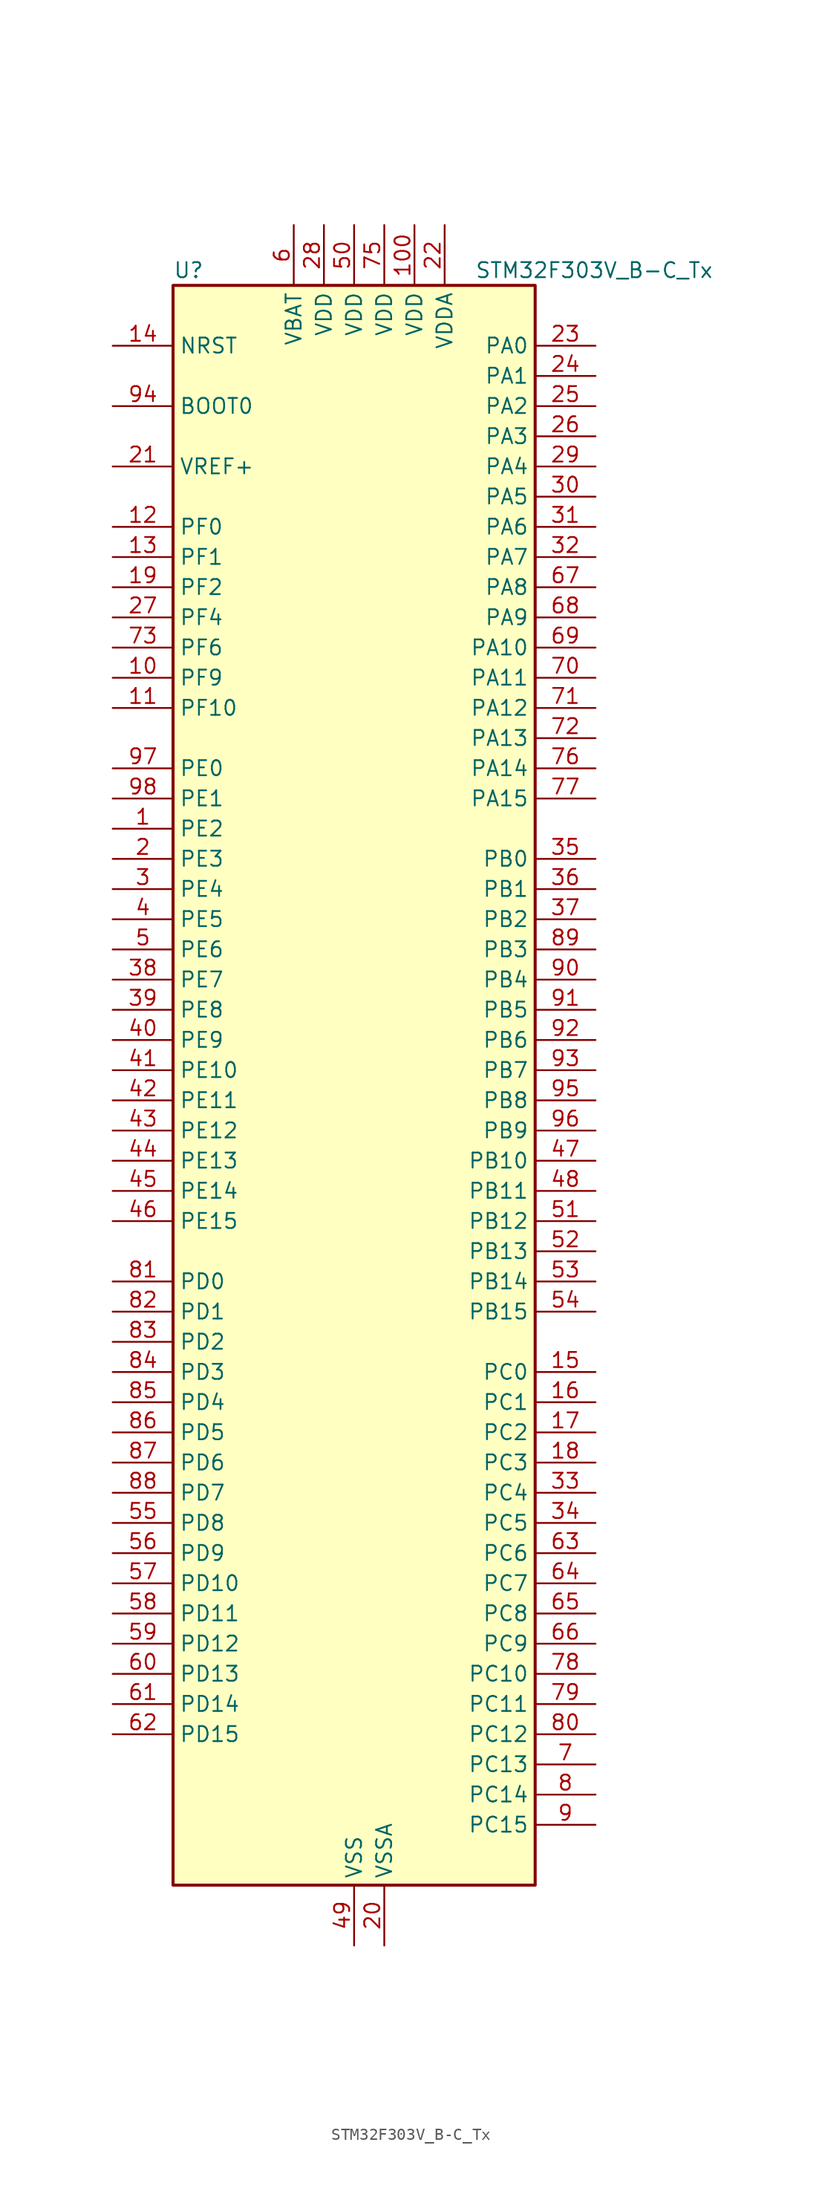
<source format=kicad_sym>
(kicad_symbol_lib
  (version 20241209)
  (generator "kicad_symbol_editor")
  (generator_version "9.0")
  (symbol "STM32F303V_B-C_Tx"
    (property "Reference" "U"
      (at -15.24 69.85 0)
      (effects (font (size 1.27 1.27)) (justify left)))
    (property "Value" "STM32F303V_B-C_Tx"
      (at 10.16 69.85 0)
      (effects (font (size 1.27 1.27)) (justify left)))
    (symbol "STM32F303V_B-C_Tx_0_1"
      (rectangle (start -15.24 -66.04) (end 15.24 68.58) (stroke (width 0.254) (type default)) (fill (type background))))
    (symbol "STM32F303V_B-C_Tx_1_1"
      (pin input line (at -20.32 63.5 0) (length 5.08) (name "NRST" (effects (font (size 1.27 1.27)))) (number "14" (effects (font (size 1.27 1.27)))))
      (pin input line (at -20.32 58.42 0) (length 5.08) (name "BOOT0" (effects (font (size 1.27 1.27)))) (number "94" (effects (font (size 1.27 1.27)))))
      (pin input line (at -20.32 53.34 0) (length 5.08) (name "VREF+" (effects (font (size 1.27 1.27)))) (number "21" (effects (font (size 1.27 1.27)))))
      (pin bidirectional line (at -20.32 48.26 0) (length 5.08) (name "PF0" (effects (font (size 1.27 1.27)))) (number "12" (effects (font (size 1.27 1.27)))) (alternate "I2C2_SDA" bidirectional line) (alternate "RCC_OSC_IN" bidirectional line) (alternate "TIM1_CH3N" bidirectional line))
      (pin bidirectional line (at -20.32 45.72 0) (length 5.08) (name "PF1" (effects (font (size 1.27 1.27)))) (number "13" (effects (font (size 1.27 1.27)))) (alternate "I2C2_SCL" bidirectional line) (alternate "RCC_OSC_OUT" bidirectional line))
      (pin bidirectional line (at -20.32 43.18 0) (length 5.08) (name "PF2" (effects (font (size 1.27 1.27)))) (number "19" (effects (font (size 1.27 1.27)))) (alternate "ADC1_IN10" bidirectional line) (alternate "ADC2_IN10" bidirectional line) (alternate "ADC3_EXTI2" bidirectional line) (alternate "ADC4_EXTI2" bidirectional line))
      (pin bidirectional line (at -20.32 40.64 0) (length 5.08) (name "PF4" (effects (font (size 1.27 1.27)))) (number "27" (effects (font (size 1.27 1.27)))) (alternate "ADC1_IN5" bidirectional line) (alternate "COMP1_OUT" bidirectional line))
      (pin bidirectional line (at -20.32 38.1 0) (length 5.08) (name "PF6" (effects (font (size 1.27 1.27)))) (number "73" (effects (font (size 1.27 1.27)))) (alternate "I2C2_SCL" bidirectional line) (alternate "TIM4_CH4" bidirectional line) (alternate "USART3_DE" bidirectional line) (alternate "USART3_RTS" bidirectional line))
      (pin bidirectional line (at -20.32 35.56 0) (length 5.08) (name "PF9" (effects (font (size 1.27 1.27)))) (number "10" (effects (font (size 1.27 1.27)))) (alternate "DAC_EXTI9" bidirectional line) (alternate "SPI2_SCK" bidirectional line) (alternate "TIM15_CH1" bidirectional line))
      (pin bidirectional line (at -20.32 33.02 0) (length 5.08) (name "PF10" (effects (font (size 1.27 1.27)))) (number "11" (effects (font (size 1.27 1.27)))) (alternate "SPI2_SCK" bidirectional line) (alternate "TIM15_CH2" bidirectional line))
      (pin bidirectional line (at -20.32 27.94 0) (length 5.08) (name "PE0" (effects (font (size 1.27 1.27)))) (number "97" (effects (font (size 1.27 1.27)))) (alternate "TIM16_CH1" bidirectional line) (alternate "TIM4_ETR" bidirectional line) (alternate "USART1_TX" bidirectional line))
      (pin bidirectional line (at -20.32 25.4 0) (length 5.08) (name "PE1" (effects (font (size 1.27 1.27)))) (number "98" (effects (font (size 1.27 1.27)))) (alternate "TIM17_CH1" bidirectional line) (alternate "USART1_RX" bidirectional line))
      (pin bidirectional line (at -20.32 22.86 0) (length 5.08) (name "PE2" (effects (font (size 1.27 1.27)))) (number "1" (effects (font (size 1.27 1.27)))) (alternate "ADC3_EXTI2" bidirectional line) (alternate "ADC4_EXTI2" bidirectional line) (alternate "SYS_TRACECK" bidirectional line) (alternate "TIM3_CH1" bidirectional line) (alternate "TSC_G7_IO1" bidirectional line))
      (pin bidirectional line (at -20.32 20.32 0) (length 5.08) (name "PE3" (effects (font (size 1.27 1.27)))) (number "2" (effects (font (size 1.27 1.27)))) (alternate "SYS_TRACED0" bidirectional line) (alternate "TIM3_CH2" bidirectional line) (alternate "TSC_G7_IO2" bidirectional line))
      (pin bidirectional line (at -20.32 17.78 0) (length 5.08) (name "PE4" (effects (font (size 1.27 1.27)))) (number "3" (effects (font (size 1.27 1.27)))) (alternate "SYS_TRACED1" bidirectional line) (alternate "TIM3_CH3" bidirectional line) (alternate "TSC_G7_IO3" bidirectional line))
      (pin bidirectional line (at -20.32 15.24 0) (length 5.08) (name "PE5" (effects (font (size 1.27 1.27)))) (number "4" (effects (font (size 1.27 1.27)))) (alternate "SYS_TRACED2" bidirectional line) (alternate "TIM3_CH4" bidirectional line) (alternate "TSC_G7_IO4" bidirectional line))
      (pin bidirectional line (at -20.32 12.7 0) (length 5.08) (name "PE6" (effects (font (size 1.27 1.27)))) (number "5" (effects (font (size 1.27 1.27)))) (alternate "RTC_TAMP3" bidirectional line) (alternate "SYS_TRACED3" bidirectional line) (alternate "SYS_WKUP3" bidirectional line))
      (pin bidirectional line (at -20.32 10.16 0) (length 5.08) (name "PE7" (effects (font (size 1.27 1.27)))) (number "38" (effects (font (size 1.27 1.27)))) (alternate "ADC3_IN13" bidirectional line) (alternate "COMP4_INP" bidirectional line) (alternate "TIM1_ETR" bidirectional line))
      (pin bidirectional line (at -20.32 7.62 0) (length 5.08) (name "PE8" (effects (font (size 1.27 1.27)))) (number "39" (effects (font (size 1.27 1.27)))) (alternate "ADC3_IN6" bidirectional line) (alternate "ADC4_IN6" bidirectional line) (alternate "COMP4_INM" bidirectional line) (alternate "TIM1_CH1N" bidirectional line))
      (pin bidirectional line (at -20.32 5.08 0) (length 5.08) (name "PE9" (effects (font (size 1.27 1.27)))) (number "40" (effects (font (size 1.27 1.27)))) (alternate "ADC3_IN2" bidirectional line) (alternate "DAC_EXTI9" bidirectional line) (alternate "TIM1_CH1" bidirectional line))
      (pin bidirectional line (at -20.32 2.54 0) (length 5.08) (name "PE10" (effects (font (size 1.27 1.27)))) (number "41" (effects (font (size 1.27 1.27)))) (alternate "ADC3_IN14" bidirectional line) (alternate "TIM1_CH2N" bidirectional line))
      (pin bidirectional line (at -20.32 0 0) (length 5.08) (name "PE11" (effects (font (size 1.27 1.27)))) (number "42" (effects (font (size 1.27 1.27)))) (alternate "ADC1_EXTI11" bidirectional line) (alternate "ADC2_EXTI11" bidirectional line) (alternate "ADC3_IN15" bidirectional line) (alternate "TIM1_CH2" bidirectional line))
      (pin bidirectional line (at -20.32 -2.54 0) (length 5.08) (name "PE12" (effects (font (size 1.27 1.27)))) (number "43" (effects (font (size 1.27 1.27)))) (alternate "ADC3_IN16" bidirectional line) (alternate "TIM1_CH3N" bidirectional line))
      (pin bidirectional line (at -20.32 -5.08 0) (length 5.08) (name "PE13" (effects (font (size 1.27 1.27)))) (number "44" (effects (font (size 1.27 1.27)))) (alternate "ADC3_IN3" bidirectional line) (alternate "TIM1_CH3" bidirectional line))
      (pin bidirectional line (at -20.32 -7.62 0) (length 5.08) (name "PE14" (effects (font (size 1.27 1.27)))) (number "45" (effects (font (size 1.27 1.27)))) (alternate "ADC4_IN1" bidirectional line) (alternate "TIM1_BKIN2" bidirectional line) (alternate "TIM1_CH4" bidirectional line))
      (pin bidirectional line (at -20.32 -10.16 0) (length 5.08) (name "PE15" (effects (font (size 1.27 1.27)))) (number "46" (effects (font (size 1.27 1.27)))) (alternate "ADC1_EXTI15" bidirectional line) (alternate "ADC2_EXTI15" bidirectional line) (alternate "ADC4_IN2" bidirectional line) (alternate "TIM1_BKIN" bidirectional line) (alternate "USART3_RX" bidirectional line))
      (pin bidirectional line (at -20.32 -15.24 0) (length 5.08) (name "PD0" (effects (font (size 1.27 1.27)))) (number "81" (effects (font (size 1.27 1.27)))) (alternate "CAN_RX" bidirectional line))
      (pin bidirectional line (at -20.32 -17.78 0) (length 5.08) (name "PD1" (effects (font (size 1.27 1.27)))) (number "82" (effects (font (size 1.27 1.27)))) (alternate "CAN_TX" bidirectional line) (alternate "TIM8_BKIN2" bidirectional line) (alternate "TIM8_CH4" bidirectional line))
      (pin bidirectional line (at -20.32 -20.32 0) (length 5.08) (name "PD2" (effects (font (size 1.27 1.27)))) (number "83" (effects (font (size 1.27 1.27)))) (alternate "ADC3_EXTI2" bidirectional line) (alternate "ADC4_EXTI2" bidirectional line) (alternate "TIM3_ETR" bidirectional line) (alternate "TIM8_BKIN" bidirectional line) (alternate "UART5_RX" bidirectional line))
      (pin bidirectional line (at -20.32 -22.86 0) (length 5.08) (name "PD3" (effects (font (size 1.27 1.27)))) (number "84" (effects (font (size 1.27 1.27)))) (alternate "TIM2_CH1" bidirectional line) (alternate "TIM2_ETR" bidirectional line) (alternate "USART2_CTS" bidirectional line))
      (pin bidirectional line (at -20.32 -25.4 0) (length 5.08) (name "PD4" (effects (font (size 1.27 1.27)))) (number "85" (effects (font (size 1.27 1.27)))) (alternate "TIM2_CH2" bidirectional line) (alternate "USART2_DE" bidirectional line) (alternate "USART2_RTS" bidirectional line))
      (pin bidirectional line (at -20.32 -27.94 0) (length 5.08) (name "PD5" (effects (font (size 1.27 1.27)))) (number "86" (effects (font (size 1.27 1.27)))) (alternate "USART2_TX" bidirectional line))
      (pin bidirectional line (at -20.32 -30.48 0) (length 5.08) (name "PD6" (effects (font (size 1.27 1.27)))) (number "87" (effects (font (size 1.27 1.27)))) (alternate "TIM2_CH4" bidirectional line) (alternate "USART2_RX" bidirectional line))
      (pin bidirectional line (at -20.32 -33.02 0) (length 5.08) (name "PD7" (effects (font (size 1.27 1.27)))) (number "88" (effects (font (size 1.27 1.27)))) (alternate "TIM2_CH3" bidirectional line) (alternate "USART2_CK" bidirectional line))
      (pin bidirectional line (at -20.32 -35.56 0) (length 5.08) (name "PD8" (effects (font (size 1.27 1.27)))) (number "55" (effects (font (size 1.27 1.27)))) (alternate "ADC4_IN12" bidirectional line) (alternate "OPAMP4_VINM" bidirectional line) (alternate "OPAMP4_VINM_SEC" bidirectional line) (alternate "USART3_TX" bidirectional line))
      (pin bidirectional line (at -20.32 -38.1 0) (length 5.08) (name "PD9" (effects (font (size 1.27 1.27)))) (number "56" (effects (font (size 1.27 1.27)))) (alternate "ADC4_IN13" bidirectional line) (alternate "DAC_EXTI9" bidirectional line) (alternate "USART3_RX" bidirectional line))
      (pin bidirectional line (at -20.32 -40.64 0) (length 5.08) (name "PD10" (effects (font (size 1.27 1.27)))) (number "57" (effects (font (size 1.27 1.27)))) (alternate "ADC3_IN7" bidirectional line) (alternate "ADC4_IN7" bidirectional line) (alternate "COMP6_INM" bidirectional line) (alternate "USART3_CK" bidirectional line))
      (pin bidirectional line (at -20.32 -43.18 0) (length 5.08) (name "PD11" (effects (font (size 1.27 1.27)))) (number "58" (effects (font (size 1.27 1.27)))) (alternate "ADC1_EXTI11" bidirectional line) (alternate "ADC2_EXTI11" bidirectional line) (alternate "ADC3_IN8" bidirectional line) (alternate "ADC4_IN8" bidirectional line) (alternate "COMP6_INP" bidirectional line) (alternate "OPAMP4_VINP" bidirectional line) (alternate "OPAMP4_VINP_SEC" bidirectional line) (alternate "USART3_CTS" bidirectional line))
      (pin bidirectional line (at -20.32 -45.72 0) (length 5.08) (name "PD12" (effects (font (size 1.27 1.27)))) (number "59" (effects (font (size 1.27 1.27)))) (alternate "ADC3_IN9" bidirectional line) (alternate "ADC4_IN9" bidirectional line) (alternate "COMP5_INP" bidirectional line) (alternate "TIM4_CH1" bidirectional line) (alternate "TSC_G8_IO1" bidirectional line) (alternate "USART3_DE" bidirectional line) (alternate "USART3_RTS" bidirectional line))
      (pin bidirectional line (at -20.32 -48.26 0) (length 5.08) (name "PD13" (effects (font (size 1.27 1.27)))) (number "60" (effects (font (size 1.27 1.27)))) (alternate "ADC3_IN10" bidirectional line) (alternate "ADC4_IN10" bidirectional line) (alternate "COMP5_INM" bidirectional line) (alternate "TIM4_CH2" bidirectional line) (alternate "TSC_G8_IO2" bidirectional line))
      (pin bidirectional line (at -20.32 -50.8 0) (length 5.08) (name "PD14" (effects (font (size 1.27 1.27)))) (number "61" (effects (font (size 1.27 1.27)))) (alternate "ADC3_IN11" bidirectional line) (alternate "ADC4_IN11" bidirectional line) (alternate "COMP3_INP" bidirectional line) (alternate "OPAMP2_VINP" bidirectional line) (alternate "OPAMP2_VINP_SEC" bidirectional line) (alternate "TIM4_CH3" bidirectional line) (alternate "TSC_G8_IO3" bidirectional line))
      (pin bidirectional line (at -20.32 -53.34 0) (length 5.08) (name "PD15" (effects (font (size 1.27 1.27)))) (number "62" (effects (font (size 1.27 1.27)))) (alternate "ADC1_EXTI15" bidirectional line) (alternate "ADC2_EXTI15" bidirectional line) (alternate "COMP3_INM" bidirectional line) (alternate "SPI2_NSS" bidirectional line) (alternate "TIM4_CH4" bidirectional line) (alternate "TSC_G8_IO4" bidirectional line))
      (pin power_in line (at -5.08 73.66 270) (length 5.08) (name "VBAT" (effects (font (size 1.27 1.27)))) (number "6" (effects (font (size 1.27 1.27)))))
      (pin power_in line (at -2.54 73.66 270) (length 5.08) (name "VDD" (effects (font (size 1.27 1.27)))) (number "28" (effects (font (size 1.27 1.27)))))
      (pin power_in line (at 0 73.66 270) (length 5.08) (name "VDD" (effects (font (size 1.27 1.27)))) (number "50" (effects (font (size 1.27 1.27)))))
      (pin power_in line (at 0 -71.12 90) (length 5.08) (name "VSS" (effects (font (size 1.27 1.27)))) (number "49" (effects (font (size 1.27 1.27)))))
      (pin passive line (at 0 -71.12 90) (length 5.08) (hide yes) (name "VSS" (effects (font (size 1.27 1.27)))) (number "74" (effects (font (size 1.27 1.27)))))
      (pin passive line (at 0 -71.12 90) (length 5.08) (hide yes) (name "VSS" (effects (font (size 1.27 1.27)))) (number "99" (effects (font (size 1.27 1.27)))))
      (pin power_in line (at 2.54 73.66 270) (length 5.08) (name "VDD" (effects (font (size 1.27 1.27)))) (number "75" (effects (font (size 1.27 1.27)))))
      (pin power_in line (at 2.54 -71.12 90) (length 5.08) (name "VSSA" (effects (font (size 1.27 1.27)))) (number "20" (effects (font (size 1.27 1.27)))))
      (pin power_in line (at 5.08 73.66 270) (length 5.08) (name "VDD" (effects (font (size 1.27 1.27)))) (number "100" (effects (font (size 1.27 1.27)))))
      (pin power_in line (at 7.62 73.66 270) (length 5.08) (name "VDDA" (effects (font (size 1.27 1.27)))) (number "22" (effects (font (size 1.27 1.27)))))
      (pin bidirectional line (at 20.32 63.5 180) (length 5.08) (name "PA0" (effects (font (size 1.27 1.27)))) (number "23" (effects (font (size 1.27 1.27)))) (alternate "ADC1_IN1" bidirectional line) (alternate "COMP1_INM" bidirectional line) (alternate "COMP1_OUT" bidirectional line) (alternate "COMP7_INP" bidirectional line) (alternate "RTC_TAMP2" bidirectional line) (alternate "SYS_WKUP1" bidirectional line) (alternate "TIM2_CH1" bidirectional line) (alternate "TIM2_ETR" bidirectional line) (alternate "TIM8_BKIN" bidirectional line) (alternate "TIM8_ETR" bidirectional line) (alternate "TSC_G1_IO1" bidirectional line) (alternate "USART2_CTS" bidirectional line))
      (pin bidirectional line (at 20.32 60.96 180) (length 5.08) (name "PA1" (effects (font (size 1.27 1.27)))) (number "24" (effects (font (size 1.27 1.27)))) (alternate "ADC1_IN2" bidirectional line) (alternate "COMP1_INP" bidirectional line) (alternate "OPAMP1_VINP" bidirectional line) (alternate "OPAMP1_VINP_SEC" bidirectional line) (alternate "OPAMP3_VINP" bidirectional line) (alternate "OPAMP3_VINP_SEC" bidirectional line) (alternate "RTC_REFIN" bidirectional line) (alternate "TIM15_CH1N" bidirectional line) (alternate "TIM2_CH2" bidirectional line) (alternate "TSC_G1_IO2" bidirectional line) (alternate "USART2_DE" bidirectional line) (alternate "USART2_RTS" bidirectional line))
      (pin bidirectional line (at 20.32 58.42 180) (length 5.08) (name "PA2" (effects (font (size 1.27 1.27)))) (number "25" (effects (font (size 1.27 1.27)))) (alternate "ADC1_IN3" bidirectional line) (alternate "ADC3_EXTI2" bidirectional line) (alternate "ADC4_EXTI2" bidirectional line) (alternate "COMP2_INM" bidirectional line) (alternate "COMP2_OUT" bidirectional line) (alternate "OPAMP1_VOUT" bidirectional line) (alternate "TIM15_CH1" bidirectional line) (alternate "TIM2_CH3" bidirectional line) (alternate "TSC_G1_IO3" bidirectional line) (alternate "USART2_TX" bidirectional line))
      (pin bidirectional line (at 20.32 55.88 180) (length 5.08) (name "PA3" (effects (font (size 1.27 1.27)))) (number "26" (effects (font (size 1.27 1.27)))) (alternate "ADC1_IN4" bidirectional line) (alternate "COMP2_INP" bidirectional line) (alternate "OPAMP1_VINM" bidirectional line) (alternate "OPAMP1_VINM_SEC" bidirectional line) (alternate "OPAMP1_VINP" bidirectional line) (alternate "OPAMP1_VINP_SEC" bidirectional line) (alternate "TIM15_CH2" bidirectional line) (alternate "TIM2_CH4" bidirectional line) (alternate "TSC_G1_IO4" bidirectional line) (alternate "USART2_RX" bidirectional line))
      (pin bidirectional line (at 20.32 53.34 180) (length 5.08) (name "PA4" (effects (font (size 1.27 1.27)))) (number "29" (effects (font (size 1.27 1.27)))) (alternate "ADC2_IN1" bidirectional line) (alternate "COMP1_INM" bidirectional line) (alternate "COMP2_INM" bidirectional line) (alternate "COMP3_INM" bidirectional line) (alternate "COMP4_INM" bidirectional line) (alternate "COMP5_INM" bidirectional line) (alternate "COMP6_INM" bidirectional line) (alternate "COMP7_INM" bidirectional line) (alternate "DAC_OUT1" bidirectional line) (alternate "I2S3_WS" bidirectional line) (alternate "OPAMP4_VINP" bidirectional line) (alternate "OPAMP4_VINP_SEC" bidirectional line) (alternate "SPI1_NSS" bidirectional line) (alternate "SPI3_NSS" bidirectional line) (alternate "TIM3_CH2" bidirectional line) (alternate "TSC_G2_IO1" bidirectional line) (alternate "USART2_CK" bidirectional line))
      (pin bidirectional line (at 20.32 50.8 180) (length 5.08) (name "PA5" (effects (font (size 1.27 1.27)))) (number "30" (effects (font (size 1.27 1.27)))) (alternate "ADC2_IN2" bidirectional line) (alternate "COMP1_INM" bidirectional line) (alternate "COMP2_INM" bidirectional line) (alternate "COMP3_INM" bidirectional line) (alternate "COMP4_INM" bidirectional line) (alternate "COMP5_INM" bidirectional line) (alternate "COMP6_INM" bidirectional line) (alternate "COMP7_INM" bidirectional line) (alternate "DAC_OUT2" bidirectional line) (alternate "OPAMP1_VINP" bidirectional line) (alternate "OPAMP1_VINP_SEC" bidirectional line) (alternate "OPAMP2_VINM" bidirectional line) (alternate "OPAMP2_VINM_SEC" bidirectional line) (alternate "OPAMP3_VINP" bidirectional line) (alternate "OPAMP3_VINP_SEC" bidirectional line) (alternate "SPI1_SCK" bidirectional line) (alternate "TIM2_CH1" bidirectional line) (alternate "TIM2_ETR" bidirectional line) (alternate "TSC_G2_IO2" bidirectional line))
      (pin bidirectional line (at 20.32 48.26 180) (length 5.08) (name "PA6" (effects (font (size 1.27 1.27)))) (number "31" (effects (font (size 1.27 1.27)))) (alternate "ADC2_IN3" bidirectional line) (alternate "COMP1_OUT" bidirectional line) (alternate "OPAMP2_VOUT" bidirectional line) (alternate "SPI1_MISO" bidirectional line) (alternate "TIM16_CH1" bidirectional line) (alternate "TIM1_BKIN" bidirectional line) (alternate "TIM3_CH1" bidirectional line) (alternate "TIM8_BKIN" bidirectional line) (alternate "TSC_G2_IO3" bidirectional line))
      (pin bidirectional line (at 20.32 45.72 180) (length 5.08) (name "PA7" (effects (font (size 1.27 1.27)))) (number "32" (effects (font (size 1.27 1.27)))) (alternate "ADC2_IN4" bidirectional line) (alternate "COMP2_INP" bidirectional line) (alternate "COMP2_OUT" bidirectional line) (alternate "OPAMP1_VINP" bidirectional line) (alternate "OPAMP1_VINP_SEC" bidirectional line) (alternate "OPAMP2_VINP" bidirectional line) (alternate "OPAMP2_VINP_SEC" bidirectional line) (alternate "SPI1_MOSI" bidirectional line) (alternate "TIM17_CH1" bidirectional line) (alternate "TIM1_CH1N" bidirectional line) (alternate "TIM3_CH2" bidirectional line) (alternate "TIM8_CH1N" bidirectional line) (alternate "TSC_G2_IO4" bidirectional line))
      (pin bidirectional line (at 20.32 43.18 180) (length 5.08) (name "PA8" (effects (font (size 1.27 1.27)))) (number "67" (effects (font (size 1.27 1.27)))) (alternate "COMP3_OUT" bidirectional line) (alternate "I2C2_SMBA" bidirectional line) (alternate "I2S2_MCK" bidirectional line) (alternate "RCC_MCO" bidirectional line) (alternate "TIM1_CH1" bidirectional line) (alternate "TIM4_ETR" bidirectional line) (alternate "USART1_CK" bidirectional line))
      (pin bidirectional line (at 20.32 40.64 180) (length 5.08) (name "PA9" (effects (font (size 1.27 1.27)))) (number "68" (effects (font (size 1.27 1.27)))) (alternate "COMP5_OUT" bidirectional line) (alternate "DAC_EXTI9" bidirectional line) (alternate "I2C2_SCL" bidirectional line) (alternate "I2S3_MCK" bidirectional line) (alternate "TIM15_BKIN" bidirectional line) (alternate "TIM1_CH2" bidirectional line) (alternate "TIM2_CH3" bidirectional line) (alternate "TSC_G4_IO1" bidirectional line) (alternate "USART1_TX" bidirectional line))
      (pin bidirectional line (at 20.32 38.1 180) (length 5.08) (name "PA10" (effects (font (size 1.27 1.27)))) (number "69" (effects (font (size 1.27 1.27)))) (alternate "COMP6_OUT" bidirectional line) (alternate "I2C2_SDA" bidirectional line) (alternate "TIM17_BKIN" bidirectional line) (alternate "TIM1_CH3" bidirectional line) (alternate "TIM2_CH4" bidirectional line) (alternate "TIM8_BKIN" bidirectional line) (alternate "TSC_G4_IO2" bidirectional line) (alternate "USART1_RX" bidirectional line))
      (pin bidirectional line (at 20.32 35.56 180) (length 5.08) (name "PA11" (effects (font (size 1.27 1.27)))) (number "70" (effects (font (size 1.27 1.27)))) (alternate "ADC1_EXTI11" bidirectional line) (alternate "ADC2_EXTI11" bidirectional line) (alternate "CAN_RX" bidirectional line) (alternate "COMP1_OUT" bidirectional line) (alternate "TIM1_BKIN2" bidirectional line) (alternate "TIM1_CH1N" bidirectional line) (alternate "TIM1_CH4" bidirectional line) (alternate "TIM4_CH1" bidirectional line) (alternate "USART1_CTS" bidirectional line) (alternate "USB_DM" bidirectional line))
      (pin bidirectional line (at 20.32 33.02 180) (length 5.08) (name "PA12" (effects (font (size 1.27 1.27)))) (number "71" (effects (font (size 1.27 1.27)))) (alternate "CAN_TX" bidirectional line) (alternate "COMP2_OUT" bidirectional line) (alternate "TIM16_CH1" bidirectional line) (alternate "TIM1_CH2N" bidirectional line) (alternate "TIM1_ETR" bidirectional line) (alternate "TIM4_CH2" bidirectional line) (alternate "USART1_DE" bidirectional line) (alternate "USART1_RTS" bidirectional line) (alternate "USB_DP" bidirectional line))
      (pin bidirectional line (at 20.32 30.48 180) (length 5.08) (name "PA13" (effects (font (size 1.27 1.27)))) (number "72" (effects (font (size 1.27 1.27)))) (alternate "IR_OUT" bidirectional line) (alternate "SYS_JTMS-SWDIO" bidirectional line) (alternate "TIM16_CH1N" bidirectional line) (alternate "TIM4_CH3" bidirectional line) (alternate "TSC_G4_IO3" bidirectional line) (alternate "USART3_CTS" bidirectional line))
      (pin bidirectional line (at 20.32 27.94 180) (length 5.08) (name "PA14" (effects (font (size 1.27 1.27)))) (number "76" (effects (font (size 1.27 1.27)))) (alternate "I2C1_SDA" bidirectional line) (alternate "SYS_JTCK-SWCLK" bidirectional line) (alternate "TIM1_BKIN" bidirectional line) (alternate "TIM8_CH2" bidirectional line) (alternate "TSC_G4_IO4" bidirectional line) (alternate "USART2_TX" bidirectional line))
      (pin bidirectional line (at 20.32 25.4 180) (length 5.08) (name "PA15" (effects (font (size 1.27 1.27)))) (number "77" (effects (font (size 1.27 1.27)))) (alternate "ADC1_EXTI15" bidirectional line) (alternate "ADC2_EXTI15" bidirectional line) (alternate "I2C1_SCL" bidirectional line) (alternate "I2S3_WS" bidirectional line) (alternate "SPI1_NSS" bidirectional line) (alternate "SPI3_NSS" bidirectional line) (alternate "SYS_JTDI" bidirectional line) (alternate "TIM1_BKIN" bidirectional line) (alternate "TIM2_CH1" bidirectional line) (alternate "TIM2_ETR" bidirectional line) (alternate "TIM8_CH1" bidirectional line) (alternate "USART2_RX" bidirectional line))
      (pin bidirectional line (at 20.32 20.32 180) (length 5.08) (name "PB0" (effects (font (size 1.27 1.27)))) (number "35" (effects (font (size 1.27 1.27)))) (alternate "ADC3_IN12" bidirectional line) (alternate "COMP4_INP" bidirectional line) (alternate "OPAMP2_VINP" bidirectional line) (alternate "OPAMP2_VINP_SEC" bidirectional line) (alternate "OPAMP3_VINP" bidirectional line) (alternate "OPAMP3_VINP_SEC" bidirectional line) (alternate "TIM1_CH2N" bidirectional line) (alternate "TIM3_CH3" bidirectional line) (alternate "TIM8_CH2N" bidirectional line) (alternate "TSC_G3_IO2" bidirectional line))
      (pin bidirectional line (at 20.32 17.78 180) (length 5.08) (name "PB1" (effects (font (size 1.27 1.27)))) (number "36" (effects (font (size 1.27 1.27)))) (alternate "ADC3_IN1" bidirectional line) (alternate "COMP4_OUT" bidirectional line) (alternate "OPAMP3_VOUT" bidirectional line) (alternate "TIM1_CH3N" bidirectional line) (alternate "TIM3_CH4" bidirectional line) (alternate "TIM8_CH3N" bidirectional line) (alternate "TSC_G3_IO3" bidirectional line))
      (pin bidirectional line (at 20.32 15.24 180) (length 5.08) (name "PB2" (effects (font (size 1.27 1.27)))) (number "37" (effects (font (size 1.27 1.27)))) (alternate "ADC2_IN12" bidirectional line) (alternate "ADC3_EXTI2" bidirectional line) (alternate "ADC4_EXTI2" bidirectional line) (alternate "COMP4_INM" bidirectional line) (alternate "OPAMP3_VINM" bidirectional line) (alternate "OPAMP3_VINM_SEC" bidirectional line) (alternate "TSC_G3_IO4" bidirectional line))
      (pin bidirectional line (at 20.32 12.7 180) (length 5.08) (name "PB3" (effects (font (size 1.27 1.27)))) (number "89" (effects (font (size 1.27 1.27)))) (alternate "I2S3_CK" bidirectional line) (alternate "SPI1_SCK" bidirectional line) (alternate "SPI3_SCK" bidirectional line) (alternate "SYS_JTDO-TRACESWO" bidirectional line) (alternate "TIM2_CH2" bidirectional line) (alternate "TIM3_ETR" bidirectional line) (alternate "TIM4_ETR" bidirectional line) (alternate "TIM8_CH1N" bidirectional line) (alternate "TSC_G5_IO1" bidirectional line) (alternate "USART2_TX" bidirectional line))
      (pin bidirectional line (at 20.32 10.16 180) (length 5.08) (name "PB4" (effects (font (size 1.27 1.27)))) (number "90" (effects (font (size 1.27 1.27)))) (alternate "I2S3_ext_SD" bidirectional line) (alternate "SPI1_MISO" bidirectional line) (alternate "SPI3_MISO" bidirectional line) (alternate "SYS_NJTRST" bidirectional line) (alternate "TIM16_CH1" bidirectional line) (alternate "TIM17_BKIN" bidirectional line) (alternate "TIM3_CH1" bidirectional line) (alternate "TIM8_CH2N" bidirectional line) (alternate "TSC_G5_IO2" bidirectional line) (alternate "USART2_RX" bidirectional line))
      (pin bidirectional line (at 20.32 7.62 180) (length 5.08) (name "PB5" (effects (font (size 1.27 1.27)))) (number "91" (effects (font (size 1.27 1.27)))) (alternate "I2C1_SMBA" bidirectional line) (alternate "I2S3_SD" bidirectional line) (alternate "SPI1_MOSI" bidirectional line) (alternate "SPI3_MOSI" bidirectional line) (alternate "TIM16_BKIN" bidirectional line) (alternate "TIM17_CH1" bidirectional line) (alternate "TIM3_CH2" bidirectional line) (alternate "TIM8_CH3N" bidirectional line) (alternate "USART2_CK" bidirectional line))
      (pin bidirectional line (at 20.32 5.08 180) (length 5.08) (name "PB6" (effects (font (size 1.27 1.27)))) (number "92" (effects (font (size 1.27 1.27)))) (alternate "I2C1_SCL" bidirectional line) (alternate "TIM16_CH1N" bidirectional line) (alternate "TIM4_CH1" bidirectional line) (alternate "TIM8_BKIN2" bidirectional line) (alternate "TIM8_CH1" bidirectional line) (alternate "TIM8_ETR" bidirectional line) (alternate "TSC_G5_IO3" bidirectional line) (alternate "USART1_TX" bidirectional line))
      (pin bidirectional line (at 20.32 2.54 180) (length 5.08) (name "PB7" (effects (font (size 1.27 1.27)))) (number "93" (effects (font (size 1.27 1.27)))) (alternate "I2C1_SDA" bidirectional line) (alternate "TIM17_CH1N" bidirectional line) (alternate "TIM3_CH4" bidirectional line) (alternate "TIM4_CH2" bidirectional line) (alternate "TIM8_BKIN" bidirectional line) (alternate "TSC_G5_IO4" bidirectional line) (alternate "USART1_RX" bidirectional line))
      (pin bidirectional line (at 20.32 0 180) (length 5.08) (name "PB8" (effects (font (size 1.27 1.27)))) (number "95" (effects (font (size 1.27 1.27)))) (alternate "CAN_RX" bidirectional line) (alternate "COMP1_OUT" bidirectional line) (alternate "I2C1_SCL" bidirectional line) (alternate "TIM16_CH1" bidirectional line) (alternate "TIM1_BKIN" bidirectional line) (alternate "TIM4_CH3" bidirectional line) (alternate "TIM8_CH2" bidirectional line) (alternate "TSC_SYNC" bidirectional line))
      (pin bidirectional line (at 20.32 -2.54 180) (length 5.08) (name "PB9" (effects (font (size 1.27 1.27)))) (number "96" (effects (font (size 1.27 1.27)))) (alternate "CAN_TX" bidirectional line) (alternate "COMP2_OUT" bidirectional line) (alternate "DAC_EXTI9" bidirectional line) (alternate "I2C1_SDA" bidirectional line) (alternate "IR_OUT" bidirectional line) (alternate "TIM17_CH1" bidirectional line) (alternate "TIM4_CH4" bidirectional line) (alternate "TIM8_CH3" bidirectional line))
      (pin bidirectional line (at 20.32 -5.08 180) (length 5.08) (name "PB10" (effects (font (size 1.27 1.27)))) (number "47" (effects (font (size 1.27 1.27)))) (alternate "COMP5_INM" bidirectional line) (alternate "OPAMP3_VINM" bidirectional line) (alternate "OPAMP3_VINM_SEC" bidirectional line) (alternate "OPAMP4_VINM" bidirectional line) (alternate "OPAMP4_VINM_SEC" bidirectional line) (alternate "TIM2_CH3" bidirectional line) (alternate "TSC_SYNC" bidirectional line) (alternate "USART3_TX" bidirectional line))
      (pin bidirectional line (at 20.32 -7.62 180) (length 5.08) (name "PB11" (effects (font (size 1.27 1.27)))) (number "48" (effects (font (size 1.27 1.27)))) (alternate "ADC1_EXTI11" bidirectional line) (alternate "ADC2_EXTI11" bidirectional line) (alternate "COMP6_INP" bidirectional line) (alternate "OPAMP4_VINP" bidirectional line) (alternate "OPAMP4_VINP_SEC" bidirectional line) (alternate "TIM2_CH4" bidirectional line) (alternate "TSC_G6_IO1" bidirectional line) (alternate "USART3_RX" bidirectional line))
      (pin bidirectional line (at 20.32 -10.16 180) (length 5.08) (name "PB12" (effects (font (size 1.27 1.27)))) (number "51" (effects (font (size 1.27 1.27)))) (alternate "ADC4_IN3" bidirectional line) (alternate "COMP3_INM" bidirectional line) (alternate "I2C2_SMBA" bidirectional line) (alternate "I2S2_WS" bidirectional line) (alternate "OPAMP4_VOUT" bidirectional line) (alternate "SPI2_NSS" bidirectional line) (alternate "TIM1_BKIN" bidirectional line) (alternate "TSC_G6_IO2" bidirectional line) (alternate "USART3_CK" bidirectional line))
      (pin bidirectional line (at 20.32 -12.7 180) (length 5.08) (name "PB13" (effects (font (size 1.27 1.27)))) (number "52" (effects (font (size 1.27 1.27)))) (alternate "ADC3_IN5" bidirectional line) (alternate "COMP5_INP" bidirectional line) (alternate "I2S2_CK" bidirectional line) (alternate "OPAMP3_VINP" bidirectional line) (alternate "OPAMP3_VINP_SEC" bidirectional line) (alternate "OPAMP4_VINP" bidirectional line) (alternate "OPAMP4_VINP_SEC" bidirectional line) (alternate "SPI2_SCK" bidirectional line) (alternate "TIM1_CH1N" bidirectional line) (alternate "TSC_G6_IO3" bidirectional line) (alternate "USART3_CTS" bidirectional line))
      (pin bidirectional line (at 20.32 -15.24 180) (length 5.08) (name "PB14" (effects (font (size 1.27 1.27)))) (number "53" (effects (font (size 1.27 1.27)))) (alternate "ADC4_IN4" bidirectional line) (alternate "COMP3_INP" bidirectional line) (alternate "I2S2_ext_SD" bidirectional line) (alternate "OPAMP2_VINP" bidirectional line) (alternate "OPAMP2_VINP_SEC" bidirectional line) (alternate "SPI2_MISO" bidirectional line) (alternate "TIM15_CH1" bidirectional line) (alternate "TIM1_CH2N" bidirectional line) (alternate "TSC_G6_IO4" bidirectional line) (alternate "USART3_DE" bidirectional line) (alternate "USART3_RTS" bidirectional line))
      (pin bidirectional line (at 20.32 -17.78 180) (length 5.08) (name "PB15" (effects (font (size 1.27 1.27)))) (number "54" (effects (font (size 1.27 1.27)))) (alternate "ADC1_EXTI15" bidirectional line) (alternate "ADC2_EXTI15" bidirectional line) (alternate "ADC4_IN5" bidirectional line) (alternate "COMP6_INM" bidirectional line) (alternate "I2S2_SD" bidirectional line) (alternate "RTC_REFIN" bidirectional line) (alternate "SPI2_MOSI" bidirectional line) (alternate "TIM15_CH1N" bidirectional line) (alternate "TIM15_CH2" bidirectional line) (alternate "TIM1_CH3N" bidirectional line))
      (pin bidirectional line (at 20.32 -22.86 180) (length 5.08) (name "PC0" (effects (font (size 1.27 1.27)))) (number "15" (effects (font (size 1.27 1.27)))) (alternate "ADC1_IN6" bidirectional line) (alternate "ADC2_IN6" bidirectional line) (alternate "COMP7_INM" bidirectional line))
      (pin bidirectional line (at 20.32 -25.4 180) (length 5.08) (name "PC1" (effects (font (size 1.27 1.27)))) (number "16" (effects (font (size 1.27 1.27)))) (alternate "ADC1_IN7" bidirectional line) (alternate "ADC2_IN7" bidirectional line) (alternate "COMP7_INP" bidirectional line))
      (pin bidirectional line (at 20.32 -27.94 180) (length 5.08) (name "PC2" (effects (font (size 1.27 1.27)))) (number "17" (effects (font (size 1.27 1.27)))) (alternate "ADC1_IN8" bidirectional line) (alternate "ADC2_IN8" bidirectional line) (alternate "ADC3_EXTI2" bidirectional line) (alternate "ADC4_EXTI2" bidirectional line) (alternate "COMP7_OUT" bidirectional line))
      (pin bidirectional line (at 20.32 -30.48 180) (length 5.08) (name "PC3" (effects (font (size 1.27 1.27)))) (number "18" (effects (font (size 1.27 1.27)))) (alternate "ADC1_IN9" bidirectional line) (alternate "ADC2_IN9" bidirectional line) (alternate "TIM1_BKIN2" bidirectional line))
      (pin bidirectional line (at 20.32 -33.02 180) (length 5.08) (name "PC4" (effects (font (size 1.27 1.27)))) (number "33" (effects (font (size 1.27 1.27)))) (alternate "ADC2_IN5" bidirectional line) (alternate "USART1_TX" bidirectional line))
      (pin bidirectional line (at 20.32 -35.56 180) (length 5.08) (name "PC5" (effects (font (size 1.27 1.27)))) (number "34" (effects (font (size 1.27 1.27)))) (alternate "ADC2_IN11" bidirectional line) (alternate "OPAMP1_VINM" bidirectional line) (alternate "OPAMP1_VINM_SEC" bidirectional line) (alternate "OPAMP2_VINM" bidirectional line) (alternate "OPAMP2_VINM_SEC" bidirectional line) (alternate "TSC_G3_IO1" bidirectional line) (alternate "USART1_RX" bidirectional line))
      (pin bidirectional line (at 20.32 -38.1 180) (length 5.08) (name "PC6" (effects (font (size 1.27 1.27)))) (number "63" (effects (font (size 1.27 1.27)))) (alternate "COMP6_OUT" bidirectional line) (alternate "I2S2_MCK" bidirectional line) (alternate "TIM3_CH1" bidirectional line) (alternate "TIM8_CH1" bidirectional line))
      (pin bidirectional line (at 20.32 -40.64 180) (length 5.08) (name "PC7" (effects (font (size 1.27 1.27)))) (number "64" (effects (font (size 1.27 1.27)))) (alternate "COMP5_OUT" bidirectional line) (alternate "I2S3_MCK" bidirectional line) (alternate "TIM3_CH2" bidirectional line) (alternate "TIM8_CH2" bidirectional line))
      (pin bidirectional line (at 20.32 -43.18 180) (length 5.08) (name "PC8" (effects (font (size 1.27 1.27)))) (number "65" (effects (font (size 1.27 1.27)))) (alternate "COMP3_OUT" bidirectional line) (alternate "TIM3_CH3" bidirectional line) (alternate "TIM8_CH3" bidirectional line))
      (pin bidirectional line (at 20.32 -45.72 180) (length 5.08) (name "PC9" (effects (font (size 1.27 1.27)))) (number "66" (effects (font (size 1.27 1.27)))) (alternate "DAC_EXTI9" bidirectional line) (alternate "I2S_CKIN" bidirectional line) (alternate "TIM3_CH4" bidirectional line) (alternate "TIM8_BKIN2" bidirectional line) (alternate "TIM8_CH4" bidirectional line))
      (pin bidirectional line (at 20.32 -48.26 180) (length 5.08) (name "PC10" (effects (font (size 1.27 1.27)))) (number "78" (effects (font (size 1.27 1.27)))) (alternate "I2S3_CK" bidirectional line) (alternate "SPI3_SCK" bidirectional line) (alternate "TIM8_CH1N" bidirectional line) (alternate "UART4_TX" bidirectional line) (alternate "USART3_TX" bidirectional line))
      (pin bidirectional line (at 20.32 -50.8 180) (length 5.08) (name "PC11" (effects (font (size 1.27 1.27)))) (number "79" (effects (font (size 1.27 1.27)))) (alternate "ADC1_EXTI11" bidirectional line) (alternate "ADC2_EXTI11" bidirectional line) (alternate "I2S3_ext_SD" bidirectional line) (alternate "SPI3_MISO" bidirectional line) (alternate "TIM8_CH2N" bidirectional line) (alternate "UART4_RX" bidirectional line) (alternate "USART3_RX" bidirectional line))
      (pin bidirectional line (at 20.32 -53.34 180) (length 5.08) (name "PC12" (effects (font (size 1.27 1.27)))) (number "80" (effects (font (size 1.27 1.27)))) (alternate "I2S3_SD" bidirectional line) (alternate "SPI3_MOSI" bidirectional line) (alternate "TIM8_CH3N" bidirectional line) (alternate "UART5_TX" bidirectional line) (alternate "USART3_CK" bidirectional line))
      (pin bidirectional line (at 20.32 -55.88 180) (length 5.08) (name "PC13" (effects (font (size 1.27 1.27)))) (number "7" (effects (font (size 1.27 1.27)))) (alternate "RTC_OUT_ALARM" bidirectional line) (alternate "RTC_OUT_CALIB" bidirectional line) (alternate "RTC_TAMP1" bidirectional line) (alternate "RTC_TS" bidirectional line) (alternate "SYS_WKUP2" bidirectional line) (alternate "TIM1_CH1N" bidirectional line))
      (pin bidirectional line (at 20.32 -58.42 180) (length 5.08) (name "PC14" (effects (font (size 1.27 1.27)))) (number "8" (effects (font (size 1.27 1.27)))) (alternate "RCC_OSC32_IN" bidirectional line))
      (pin bidirectional line (at 20.32 -60.96 180) (length 5.08) (name "PC15" (effects (font (size 1.27 1.27)))) (number "9" (effects (font (size 1.27 1.27)))) (alternate "ADC1_EXTI15" bidirectional line) (alternate "ADC2_EXTI15" bidirectional line) (alternate "RCC_OSC32_OUT" bidirectional line)))))
</source>
